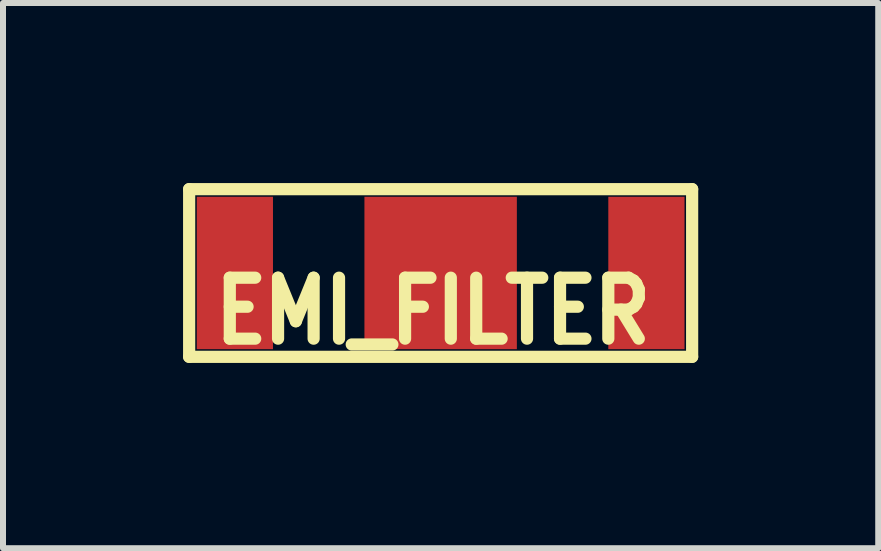
<source format=kicad_pcb>
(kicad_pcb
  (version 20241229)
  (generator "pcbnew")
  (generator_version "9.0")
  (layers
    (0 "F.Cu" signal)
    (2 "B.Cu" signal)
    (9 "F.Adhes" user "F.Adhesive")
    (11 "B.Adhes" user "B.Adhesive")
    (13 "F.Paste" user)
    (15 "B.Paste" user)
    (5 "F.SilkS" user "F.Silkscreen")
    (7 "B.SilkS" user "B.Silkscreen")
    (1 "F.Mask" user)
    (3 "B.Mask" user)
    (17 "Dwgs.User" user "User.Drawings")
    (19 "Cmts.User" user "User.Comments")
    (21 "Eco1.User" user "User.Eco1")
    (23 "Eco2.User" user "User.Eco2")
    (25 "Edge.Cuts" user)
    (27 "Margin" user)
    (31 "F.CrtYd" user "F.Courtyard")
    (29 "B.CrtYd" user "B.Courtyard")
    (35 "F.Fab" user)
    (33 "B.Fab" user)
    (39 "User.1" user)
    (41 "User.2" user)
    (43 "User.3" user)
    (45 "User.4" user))
  (footprint "EMI_FILTER"
    (layer "F.Cu")
    (at 4.293 1.499)
    (property "Reference" "EMI_FILTER" (at -0.127 0.635 0) (layer "F.SilkS") (effects (font (size 1.016 0.889) (thickness 0.203))))
    (attr through_hole)
    (fp_line (start -4.191 -1.397) (end -4.191 1.397) (stroke (width 0.203) (type solid)) (layer "F.SilkS"))
    (fp_line (start -4.191 1.397) (end 4.191 1.397) (stroke (width 0.203) (type solid)) (layer "F.SilkS"))
    (fp_line (start 4.191 -1.397) (end -4.191 -1.397) (stroke (width 0.203) (type solid)) (layer "F.SilkS"))
    (fp_line (start 4.191 1.397) (end 4.191 -1.397) (stroke (width 0.203) (type solid)) (layer "F.SilkS"))
    (pad "1" smd rect (at -3.429 0) (size 1.27 2.54) (layers "F.Cu" "F.Mask" "F.Paste"))
    (pad "2" smd rect (at 0 0) (size 2.54 2.54) (layers "F.Cu" "F.Mask" "F.Paste"))
    (pad "3" smd rect (at 3.429 0) (size 1.27 2.54) (layers "F.Cu" "F.Mask" "F.Paste")))
  (gr_rect
    (start -3 -3)
    (end 11.585 6.085)
    (stroke (width 0.1) (type default))
    (fill no)
    (layer "Edge.Cuts")))
</source>
